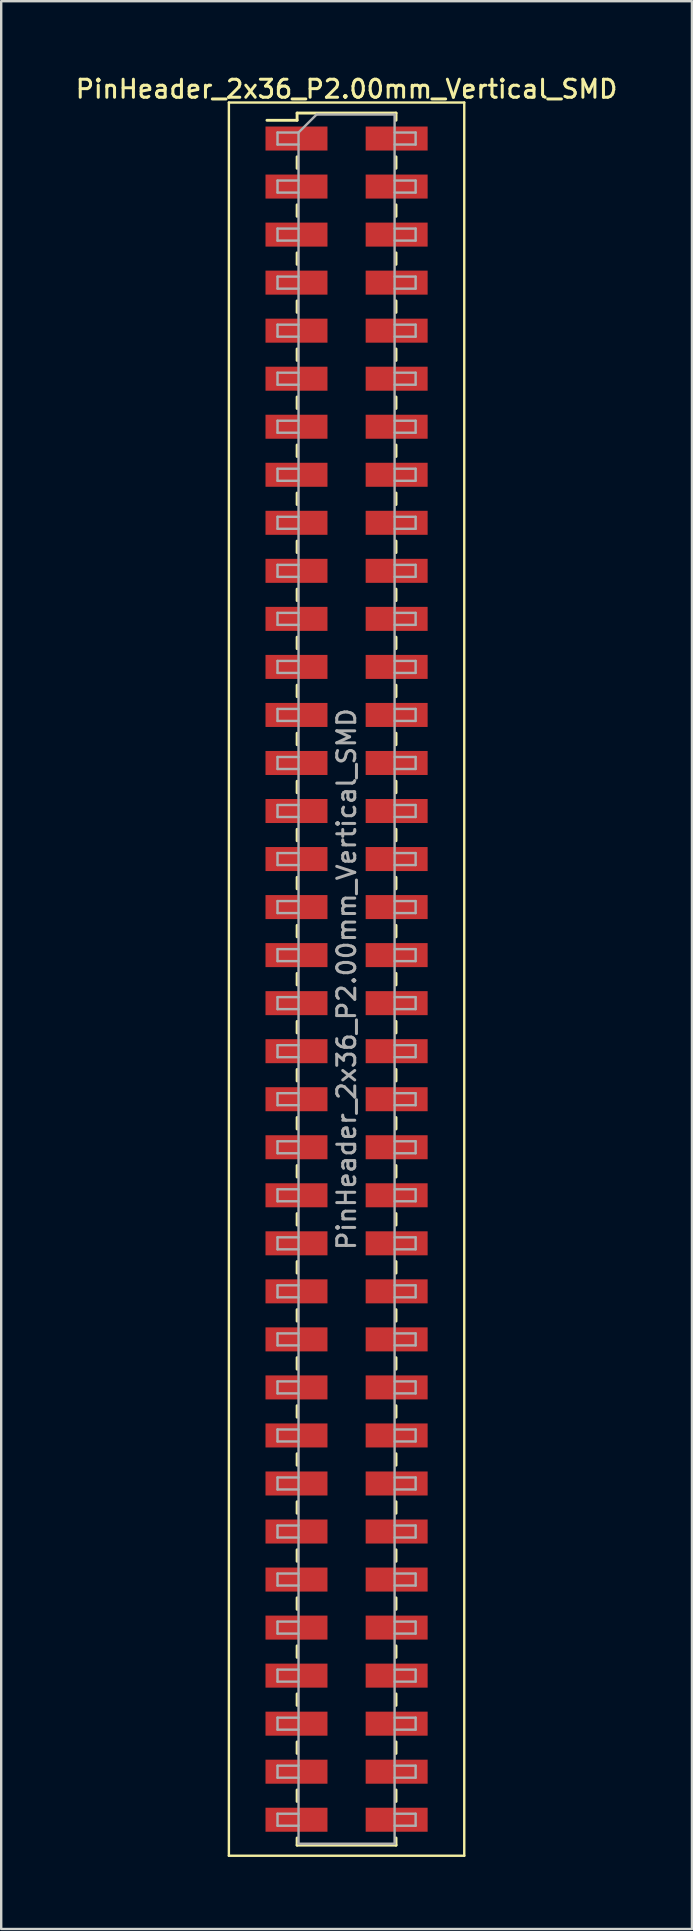
<source format=kicad_pcb>
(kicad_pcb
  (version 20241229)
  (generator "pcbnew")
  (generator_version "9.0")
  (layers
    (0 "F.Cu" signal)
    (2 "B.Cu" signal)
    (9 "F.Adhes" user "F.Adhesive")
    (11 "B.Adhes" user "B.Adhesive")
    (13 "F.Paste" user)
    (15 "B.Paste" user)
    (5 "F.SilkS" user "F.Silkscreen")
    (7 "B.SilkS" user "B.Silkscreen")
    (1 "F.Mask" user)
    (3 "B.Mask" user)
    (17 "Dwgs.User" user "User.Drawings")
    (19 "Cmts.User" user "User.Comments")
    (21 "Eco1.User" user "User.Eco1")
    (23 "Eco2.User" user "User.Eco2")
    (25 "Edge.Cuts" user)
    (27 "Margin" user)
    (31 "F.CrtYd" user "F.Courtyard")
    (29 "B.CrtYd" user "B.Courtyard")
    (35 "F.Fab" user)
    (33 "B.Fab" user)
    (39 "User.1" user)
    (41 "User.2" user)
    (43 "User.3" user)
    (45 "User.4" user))
  (footprint "PinHeader_2x36_P2.00mm_Vertical_SMD"
    (layer "F.Cu")
    (at 11.38 37.718)
    (property "Reference" "PinHeader_2x36_P2.00mm_Vertical_SMD" (at 0 -37.06 0) (layer "F.SilkS") (effects (font (size 0.75 0.75) (thickness 0.125))))
    (attr smd)
    (fp_line (start -4.9 -36.5) (end -4.9 36.5) (stroke (width 0.1) (type solid)) (layer "F.SilkS"))
    (fp_line (start -4.9 36.5) (end 4.9 36.5) (stroke (width 0.1) (type solid)) (layer "F.SilkS"))
    (fp_line (start -3.315 -35.76) (end -2.06 -35.76) (stroke (width 0.12) (type solid)) (layer "F.SilkS"))
    (fp_line (start -2.06 -36.06) (end -2.06 -35.76) (stroke (width 0.12) (type solid)) (layer "F.SilkS"))
    (fp_line (start -2.06 -36.06) (end 2.06 -36.06) (stroke (width 0.12) (type solid)) (layer "F.SilkS"))
    (fp_line (start -2.06 -34.24) (end -2.06 -33.76) (stroke (width 0.12) (type solid)) (layer "F.SilkS"))
    (fp_line (start -2.06 -32.24) (end -2.06 -31.76) (stroke (width 0.12) (type solid)) (layer "F.SilkS"))
    (fp_line (start -2.06 -30.24) (end -2.06 -29.76) (stroke (width 0.12) (type solid)) (layer "F.SilkS"))
    (fp_line (start -2.06 -28.24) (end -2.06 -27.76) (stroke (width 0.12) (type solid)) (layer "F.SilkS"))
    (fp_line (start -2.06 -26.24) (end -2.06 -25.76) (stroke (width 0.12) (type solid)) (layer "F.SilkS"))
    (fp_line (start -2.06 -24.24) (end -2.06 -23.76) (stroke (width 0.12) (type solid)) (layer "F.SilkS"))
    (fp_line (start -2.06 -22.24) (end -2.06 -21.76) (stroke (width 0.12) (type solid)) (layer "F.SilkS"))
    (fp_line (start -2.06 -20.24) (end -2.06 -19.76) (stroke (width 0.12) (type solid)) (layer "F.SilkS"))
    (fp_line (start -2.06 -18.24) (end -2.06 -17.76) (stroke (width 0.12) (type solid)) (layer "F.SilkS"))
    (fp_line (start -2.06 -16.24) (end -2.06 -15.76) (stroke (width 0.12) (type solid)) (layer "F.SilkS"))
    (fp_line (start -2.06 -14.24) (end -2.06 -13.76) (stroke (width 0.12) (type solid)) (layer "F.SilkS"))
    (fp_line (start -2.06 -12.24) (end -2.06 -11.76) (stroke (width 0.12) (type solid)) (layer "F.SilkS"))
    (fp_line (start -2.06 -10.24) (end -2.06 -9.76) (stroke (width 0.12) (type solid)) (layer "F.SilkS"))
    (fp_line (start -2.06 -8.24) (end -2.06 -7.76) (stroke (width 0.12) (type solid)) (layer "F.SilkS"))
    (fp_line (start -2.06 -6.24) (end -2.06 -5.76) (stroke (width 0.12) (type solid)) (layer "F.SilkS"))
    (fp_line (start -2.06 -4.24) (end -2.06 -3.76) (stroke (width 0.12) (type solid)) (layer "F.SilkS"))
    (fp_line (start -2.06 -2.24) (end -2.06 -1.76) (stroke (width 0.12) (type solid)) (layer "F.SilkS"))
    (fp_line (start -2.06 -0.24) (end -2.06 0.24) (stroke (width 0.12) (type solid)) (layer "F.SilkS"))
    (fp_line (start -2.06 1.76) (end -2.06 2.24) (stroke (width 0.12) (type solid)) (layer "F.SilkS"))
    (fp_line (start -2.06 3.76) (end -2.06 4.24) (stroke (width 0.12) (type solid)) (layer "F.SilkS"))
    (fp_line (start -2.06 5.76) (end -2.06 6.24) (stroke (width 0.12) (type solid)) (layer "F.SilkS"))
    (fp_line (start -2.06 7.76) (end -2.06 8.24) (stroke (width 0.12) (type solid)) (layer "F.SilkS"))
    (fp_line (start -2.06 9.76) (end -2.06 10.24) (stroke (width 0.12) (type solid)) (layer "F.SilkS"))
    (fp_line (start -2.06 11.76) (end -2.06 12.24) (stroke (width 0.12) (type solid)) (layer "F.SilkS"))
    (fp_line (start -2.06 13.76) (end -2.06 14.24) (stroke (width 0.12) (type solid)) (layer "F.SilkS"))
    (fp_line (start -2.06 15.76) (end -2.06 16.24) (stroke (width 0.12) (type solid)) (layer "F.SilkS"))
    (fp_line (start -2.06 17.76) (end -2.06 18.24) (stroke (width 0.12) (type solid)) (layer "F.SilkS"))
    (fp_line (start -2.06 19.76) (end -2.06 20.24) (stroke (width 0.12) (type solid)) (layer "F.SilkS"))
    (fp_line (start -2.06 21.76) (end -2.06 22.24) (stroke (width 0.12) (type solid)) (layer "F.SilkS"))
    (fp_line (start -2.06 23.76) (end -2.06 24.24) (stroke (width 0.12) (type solid)) (layer "F.SilkS"))
    (fp_line (start -2.06 25.76) (end -2.06 26.24) (stroke (width 0.12) (type solid)) (layer "F.SilkS"))
    (fp_line (start -2.06 27.76) (end -2.06 28.24) (stroke (width 0.12) (type solid)) (layer "F.SilkS"))
    (fp_line (start -2.06 29.76) (end -2.06 30.24) (stroke (width 0.12) (type solid)) (layer "F.SilkS"))
    (fp_line (start -2.06 31.76) (end -2.06 32.24) (stroke (width 0.12) (type solid)) (layer "F.SilkS"))
    (fp_line (start -2.06 33.76) (end -2.06 34.24) (stroke (width 0.12) (type solid)) (layer "F.SilkS"))
    (fp_line (start -2.06 35.76) (end -2.06 36.06) (stroke (width 0.12) (type solid)) (layer "F.SilkS"))
    (fp_line (start -2.06 36.06) (end 2.06 36.06) (stroke (width 0.12) (type solid)) (layer "F.SilkS"))
    (fp_line (start 2.06 -36.06) (end 2.06 -35.76) (stroke (width 0.12) (type solid)) (layer "F.SilkS"))
    (fp_line (start 2.06 -34.24) (end 2.06 -33.76) (stroke (width 0.12) (type solid)) (layer "F.SilkS"))
    (fp_line (start 2.06 -32.24) (end 2.06 -31.76) (stroke (width 0.12) (type solid)) (layer "F.SilkS"))
    (fp_line (start 2.06 -30.24) (end 2.06 -29.76) (stroke (width 0.12) (type solid)) (layer "F.SilkS"))
    (fp_line (start 2.06 -28.24) (end 2.06 -27.76) (stroke (width 0.12) (type solid)) (layer "F.SilkS"))
    (fp_line (start 2.06 -26.24) (end 2.06 -25.76) (stroke (width 0.12) (type solid)) (layer "F.SilkS"))
    (fp_line (start 2.06 -24.24) (end 2.06 -23.76) (stroke (width 0.12) (type solid)) (layer "F.SilkS"))
    (fp_line (start 2.06 -22.24) (end 2.06 -21.76) (stroke (width 0.12) (type solid)) (layer "F.SilkS"))
    (fp_line (start 2.06 -20.24) (end 2.06 -19.76) (stroke (width 0.12) (type solid)) (layer "F.SilkS"))
    (fp_line (start 2.06 -18.24) (end 2.06 -17.76) (stroke (width 0.12) (type solid)) (layer "F.SilkS"))
    (fp_line (start 2.06 -16.24) (end 2.06 -15.76) (stroke (width 0.12) (type solid)) (layer "F.SilkS"))
    (fp_line (start 2.06 -14.24) (end 2.06 -13.76) (stroke (width 0.12) (type solid)) (layer "F.SilkS"))
    (fp_line (start 2.06 -12.24) (end 2.06 -11.76) (stroke (width 0.12) (type solid)) (layer "F.SilkS"))
    (fp_line (start 2.06 -10.24) (end 2.06 -9.76) (stroke (width 0.12) (type solid)) (layer "F.SilkS"))
    (fp_line (start 2.06 -8.24) (end 2.06 -7.76) (stroke (width 0.12) (type solid)) (layer "F.SilkS"))
    (fp_line (start 2.06 -6.24) (end 2.06 -5.76) (stroke (width 0.12) (type solid)) (layer "F.SilkS"))
    (fp_line (start 2.06 -4.24) (end 2.06 -3.76) (stroke (width 0.12) (type solid)) (layer "F.SilkS"))
    (fp_line (start 2.06 -2.24) (end 2.06 -1.76) (stroke (width 0.12) (type solid)) (layer "F.SilkS"))
    (fp_line (start 2.06 -0.24) (end 2.06 0.24) (stroke (width 0.12) (type solid)) (layer "F.SilkS"))
    (fp_line (start 2.06 1.76) (end 2.06 2.24) (stroke (width 0.12) (type solid)) (layer "F.SilkS"))
    (fp_line (start 2.06 3.76) (end 2.06 4.24) (stroke (width 0.12) (type solid)) (layer "F.SilkS"))
    (fp_line (start 2.06 5.76) (end 2.06 6.24) (stroke (width 0.12) (type solid)) (layer "F.SilkS"))
    (fp_line (start 2.06 7.76) (end 2.06 8.24) (stroke (width 0.12) (type solid)) (layer "F.SilkS"))
    (fp_line (start 2.06 9.76) (end 2.06 10.24) (stroke (width 0.12) (type solid)) (layer "F.SilkS"))
    (fp_line (start 2.06 11.76) (end 2.06 12.24) (stroke (width 0.12) (type solid)) (layer "F.SilkS"))
    (fp_line (start 2.06 13.76) (end 2.06 14.24) (stroke (width 0.12) (type solid)) (layer "F.SilkS"))
    (fp_line (start 2.06 15.76) (end 2.06 16.24) (stroke (width 0.12) (type solid)) (layer "F.SilkS"))
    (fp_line (start 2.06 17.76) (end 2.06 18.24) (stroke (width 0.12) (type solid)) (layer "F.SilkS"))
    (fp_line (start 2.06 19.76) (end 2.06 20.24) (stroke (width 0.12) (type solid)) (layer "F.SilkS"))
    (fp_line (start 2.06 21.76) (end 2.06 22.24) (stroke (width 0.12) (type solid)) (layer "F.SilkS"))
    (fp_line (start 2.06 23.76) (end 2.06 24.24) (stroke (width 0.12) (type solid)) (layer "F.SilkS"))
    (fp_line (start 2.06 25.76) (end 2.06 26.24) (stroke (width 0.12) (type solid)) (layer "F.SilkS"))
    (fp_line (start 2.06 27.76) (end 2.06 28.24) (stroke (width 0.12) (type solid)) (layer "F.SilkS"))
    (fp_line (start 2.06 29.76) (end 2.06 30.24) (stroke (width 0.12) (type solid)) (layer "F.SilkS"))
    (fp_line (start 2.06 31.76) (end 2.06 32.24) (stroke (width 0.12) (type solid)) (layer "F.SilkS"))
    (fp_line (start 2.06 33.76) (end 2.06 34.24) (stroke (width 0.12) (type solid)) (layer "F.SilkS"))
    (fp_line (start 2.06 35.76) (end 2.06 36.06) (stroke (width 0.12) (type solid)) (layer "F.SilkS"))
    (fp_line (start 4.9 -36.5) (end -4.9 -36.5) (stroke (width 0.1) (type solid)) (layer "F.SilkS"))
    (fp_line (start 4.9 36.5) (end 4.9 -36.5) (stroke (width 0.1) (type solid)) (layer "F.SilkS"))
    (fp_line (start -2.875 -35.25) (end -2.875 -34.75) (stroke (width 0.1) (type solid)) (layer "F.Fab"))
    (fp_line (start -2.875 -34.75) (end -2 -34.75) (stroke (width 0.1) (type solid)) (layer "F.Fab"))
    (fp_line (start -2.875 -33.25) (end -2.875 -32.75) (stroke (width 0.1) (type solid)) (layer "F.Fab"))
    (fp_line (start -2.875 -32.75) (end -2 -32.75) (stroke (width 0.1) (type solid)) (layer "F.Fab"))
    (fp_line (start -2.875 -31.25) (end -2.875 -30.75) (stroke (width 0.1) (type solid)) (layer "F.Fab"))
    (fp_line (start -2.875 -30.75) (end -2 -30.75) (stroke (width 0.1) (type solid)) (layer "F.Fab"))
    (fp_line (start -2.875 -29.25) (end -2.875 -28.75) (stroke (width 0.1) (type solid)) (layer "F.Fab"))
    (fp_line (start -2.875 -28.75) (end -2 -28.75) (stroke (width 0.1) (type solid)) (layer "F.Fab"))
    (fp_line (start -2.875 -27.25) (end -2.875 -26.75) (stroke (width 0.1) (type solid)) (layer "F.Fab"))
    (fp_line (start -2.875 -26.75) (end -2 -26.75) (stroke (width 0.1) (type solid)) (layer "F.Fab"))
    (fp_line (start -2.875 -25.25) (end -2.875 -24.75) (stroke (width 0.1) (type solid)) (layer "F.Fab"))
    (fp_line (start -2.875 -24.75) (end -2 -24.75) (stroke (width 0.1) (type solid)) (layer "F.Fab"))
    (fp_line (start -2.875 -23.25) (end -2.875 -22.75) (stroke (width 0.1) (type solid)) (layer "F.Fab"))
    (fp_line (start -2.875 -22.75) (end -2 -22.75) (stroke (width 0.1) (type solid)) (layer "F.Fab"))
    (fp_line (start -2.875 -21.25) (end -2.875 -20.75) (stroke (width 0.1) (type solid)) (layer "F.Fab"))
    (fp_line (start -2.875 -20.75) (end -2 -20.75) (stroke (width 0.1) (type solid)) (layer "F.Fab"))
    (fp_line (start -2.875 -19.25) (end -2.875 -18.75) (stroke (width 0.1) (type solid)) (layer "F.Fab"))
    (fp_line (start -2.875 -18.75) (end -2 -18.75) (stroke (width 0.1) (type solid)) (layer "F.Fab"))
    (fp_line (start -2.875 -17.25) (end -2.875 -16.75) (stroke (width 0.1) (type solid)) (layer "F.Fab"))
    (fp_line (start -2.875 -16.75) (end -2 -16.75) (stroke (width 0.1) (type solid)) (layer "F.Fab"))
    (fp_line (start -2.875 -15.25) (end -2.875 -14.75) (stroke (width 0.1) (type solid)) (layer "F.Fab"))
    (fp_line (start -2.875 -14.75) (end -2 -14.75) (stroke (width 0.1) (type solid)) (layer "F.Fab"))
    (fp_line (start -2.875 -13.25) (end -2.875 -12.75) (stroke (width 0.1) (type solid)) (layer "F.Fab"))
    (fp_line (start -2.875 -12.75) (end -2 -12.75) (stroke (width 0.1) (type solid)) (layer "F.Fab"))
    (fp_line (start -2.875 -11.25) (end -2.875 -10.75) (stroke (width 0.1) (type solid)) (layer "F.Fab"))
    (fp_line (start -2.875 -10.75) (end -2 -10.75) (stroke (width 0.1) (type solid)) (layer "F.Fab"))
    (fp_line (start -2.875 -9.25) (end -2.875 -8.75) (stroke (width 0.1) (type solid)) (layer "F.Fab"))
    (fp_line (start -2.875 -8.75) (end -2 -8.75) (stroke (width 0.1) (type solid)) (layer "F.Fab"))
    (fp_line (start -2.875 -7.25) (end -2.875 -6.75) (stroke (width 0.1) (type solid)) (layer "F.Fab"))
    (fp_line (start -2.875 -6.75) (end -2 -6.75) (stroke (width 0.1) (type solid)) (layer "F.Fab"))
    (fp_line (start -2.875 -5.25) (end -2.875 -4.75) (stroke (width 0.1) (type solid)) (layer "F.Fab"))
    (fp_line (start -2.875 -4.75) (end -2 -4.75) (stroke (width 0.1) (type solid)) (layer "F.Fab"))
    (fp_line (start -2.875 -3.25) (end -2.875 -2.75) (stroke (width 0.1) (type solid)) (layer "F.Fab"))
    (fp_line (start -2.875 -2.75) (end -2 -2.75) (stroke (width 0.1) (type solid)) (layer "F.Fab"))
    (fp_line (start -2.875 -1.25) (end -2.875 -0.75) (stroke (width 0.1) (type solid)) (layer "F.Fab"))
    (fp_line (start -2.875 -0.75) (end -2 -0.75) (stroke (width 0.1) (type solid)) (layer "F.Fab"))
    (fp_line (start -2.875 0.75) (end -2.875 1.25) (stroke (width 0.1) (type solid)) (layer "F.Fab"))
    (fp_line (start -2.875 1.25) (end -2 1.25) (stroke (width 0.1) (type solid)) (layer "F.Fab"))
    (fp_line (start -2.875 2.75) (end -2.875 3.25) (stroke (width 0.1) (type solid)) (layer "F.Fab"))
    (fp_line (start -2.875 3.25) (end -2 3.25) (stroke (width 0.1) (type solid)) (layer "F.Fab"))
    (fp_line (start -2.875 4.75) (end -2.875 5.25) (stroke (width 0.1) (type solid)) (layer "F.Fab"))
    (fp_line (start -2.875 5.25) (end -2 5.25) (stroke (width 0.1) (type solid)) (layer "F.Fab"))
    (fp_line (start -2.875 6.75) (end -2.875 7.25) (stroke (width 0.1) (type solid)) (layer "F.Fab"))
    (fp_line (start -2.875 7.25) (end -2 7.25) (stroke (width 0.1) (type solid)) (layer "F.Fab"))
    (fp_line (start -2.875 8.75) (end -2.875 9.25) (stroke (width 0.1) (type solid)) (layer "F.Fab"))
    (fp_line (start -2.875 9.25) (end -2 9.25) (stroke (width 0.1) (type solid)) (layer "F.Fab"))
    (fp_line (start -2.875 10.75) (end -2.875 11.25) (stroke (width 0.1) (type solid)) (layer "F.Fab"))
    (fp_line (start -2.875 11.25) (end -2 11.25) (stroke (width 0.1) (type solid)) (layer "F.Fab"))
    (fp_line (start -2.875 12.75) (end -2.875 13.25) (stroke (width 0.1) (type solid)) (layer "F.Fab"))
    (fp_line (start -2.875 13.25) (end -2 13.25) (stroke (width 0.1) (type solid)) (layer "F.Fab"))
    (fp_line (start -2.875 14.75) (end -2.875 15.25) (stroke (width 0.1) (type solid)) (layer "F.Fab"))
    (fp_line (start -2.875 15.25) (end -2 15.25) (stroke (width 0.1) (type solid)) (layer "F.Fab"))
    (fp_line (start -2.875 16.75) (end -2.875 17.25) (stroke (width 0.1) (type solid)) (layer "F.Fab"))
    (fp_line (start -2.875 17.25) (end -2 17.25) (stroke (width 0.1) (type solid)) (layer "F.Fab"))
    (fp_line (start -2.875 18.75) (end -2.875 19.25) (stroke (width 0.1) (type solid)) (layer "F.Fab"))
    (fp_line (start -2.875 19.25) (end -2 19.25) (stroke (width 0.1) (type solid)) (layer "F.Fab"))
    (fp_line (start -2.875 20.75) (end -2.875 21.25) (stroke (width 0.1) (type solid)) (layer "F.Fab"))
    (fp_line (start -2.875 21.25) (end -2 21.25) (stroke (width 0.1) (type solid)) (layer "F.Fab"))
    (fp_line (start -2.875 22.75) (end -2.875 23.25) (stroke (width 0.1) (type solid)) (layer "F.Fab"))
    (fp_line (start -2.875 23.25) (end -2 23.25) (stroke (width 0.1) (type solid)) (layer "F.Fab"))
    (fp_line (start -2.875 24.75) (end -2.875 25.25) (stroke (width 0.1) (type solid)) (layer "F.Fab"))
    (fp_line (start -2.875 25.25) (end -2 25.25) (stroke (width 0.1) (type solid)) (layer "F.Fab"))
    (fp_line (start -2.875 26.75) (end -2.875 27.25) (stroke (width 0.1) (type solid)) (layer "F.Fab"))
    (fp_line (start -2.875 27.25) (end -2 27.25) (stroke (width 0.1) (type solid)) (layer "F.Fab"))
    (fp_line (start -2.875 28.75) (end -2.875 29.25) (stroke (width 0.1) (type solid)) (layer "F.Fab"))
    (fp_line (start -2.875 29.25) (end -2 29.25) (stroke (width 0.1) (type solid)) (layer "F.Fab"))
    (fp_line (start -2.875 30.75) (end -2.875 31.25) (stroke (width 0.1) (type solid)) (layer "F.Fab"))
    (fp_line (start -2.875 31.25) (end -2 31.25) (stroke (width 0.1) (type solid)) (layer "F.Fab"))
    (fp_line (start -2.875 32.75) (end -2.875 33.25) (stroke (width 0.1) (type solid)) (layer "F.Fab"))
    (fp_line (start -2.875 33.25) (end -2 33.25) (stroke (width 0.1) (type solid)) (layer "F.Fab"))
    (fp_line (start -2.875 34.75) (end -2.875 35.25) (stroke (width 0.1) (type solid)) (layer "F.Fab"))
    (fp_line (start -2.875 35.25) (end -2 35.25) (stroke (width 0.1) (type solid)) (layer "F.Fab"))
    (fp_line (start -2 -35.25) (end -2.875 -35.25) (stroke (width 0.1) (type solid)) (layer "F.Fab"))
    (fp_line (start -2 -35.25) (end -1.25 -36) (stroke (width 0.1) (type solid)) (layer "F.Fab"))
    (fp_line (start -2 -33.25) (end -2.875 -33.25) (stroke (width 0.1) (type solid)) (layer "F.Fab"))
    (fp_line (start -2 -31.25) (end -2.875 -31.25) (stroke (width 0.1) (type solid)) (layer "F.Fab"))
    (fp_line (start -2 -29.25) (end -2.875 -29.25) (stroke (width 0.1) (type solid)) (layer "F.Fab"))
    (fp_line (start -2 -27.25) (end -2.875 -27.25) (stroke (width 0.1) (type solid)) (layer "F.Fab"))
    (fp_line (start -2 -25.25) (end -2.875 -25.25) (stroke (width 0.1) (type solid)) (layer "F.Fab"))
    (fp_line (start -2 -23.25) (end -2.875 -23.25) (stroke (width 0.1) (type solid)) (layer "F.Fab"))
    (fp_line (start -2 -21.25) (end -2.875 -21.25) (stroke (width 0.1) (type solid)) (layer "F.Fab"))
    (fp_line (start -2 -19.25) (end -2.875 -19.25) (stroke (width 0.1) (type solid)) (layer "F.Fab"))
    (fp_line (start -2 -17.25) (end -2.875 -17.25) (stroke (width 0.1) (type solid)) (layer "F.Fab"))
    (fp_line (start -2 -15.25) (end -2.875 -15.25) (stroke (width 0.1) (type solid)) (layer "F.Fab"))
    (fp_line (start -2 -13.25) (end -2.875 -13.25) (stroke (width 0.1) (type solid)) (layer "F.Fab"))
    (fp_line (start -2 -11.25) (end -2.875 -11.25) (stroke (width 0.1) (type solid)) (layer "F.Fab"))
    (fp_line (start -2 -9.25) (end -2.875 -9.25) (stroke (width 0.1) (type solid)) (layer "F.Fab"))
    (fp_line (start -2 -7.25) (end -2.875 -7.25) (stroke (width 0.1) (type solid)) (layer "F.Fab"))
    (fp_line (start -2 -5.25) (end -2.875 -5.25) (stroke (width 0.1) (type solid)) (layer "F.Fab"))
    (fp_line (start -2 -3.25) (end -2.875 -3.25) (stroke (width 0.1) (type solid)) (layer "F.Fab"))
    (fp_line (start -2 -1.25) (end -2.875 -1.25) (stroke (width 0.1) (type solid)) (layer "F.Fab"))
    (fp_line (start -2 0.75) (end -2.875 0.75) (stroke (width 0.1) (type solid)) (layer "F.Fab"))
    (fp_line (start -2 2.75) (end -2.875 2.75) (stroke (width 0.1) (type solid)) (layer "F.Fab"))
    (fp_line (start -2 4.75) (end -2.875 4.75) (stroke (width 0.1) (type solid)) (layer "F.Fab"))
    (fp_line (start -2 6.75) (end -2.875 6.75) (stroke (width 0.1) (type solid)) (layer "F.Fab"))
    (fp_line (start -2 8.75) (end -2.875 8.75) (stroke (width 0.1) (type solid)) (layer "F.Fab"))
    (fp_line (start -2 10.75) (end -2.875 10.75) (stroke (width 0.1) (type solid)) (layer "F.Fab"))
    (fp_line (start -2 12.75) (end -2.875 12.75) (stroke (width 0.1) (type solid)) (layer "F.Fab"))
    (fp_line (start -2 14.75) (end -2.875 14.75) (stroke (width 0.1) (type solid)) (layer "F.Fab"))
    (fp_line (start -2 16.75) (end -2.875 16.75) (stroke (width 0.1) (type solid)) (layer "F.Fab"))
    (fp_line (start -2 18.75) (end -2.875 18.75) (stroke (width 0.1) (type solid)) (layer "F.Fab"))
    (fp_line (start -2 20.75) (end -2.875 20.75) (stroke (width 0.1) (type solid)) (layer "F.Fab"))
    (fp_line (start -2 22.75) (end -2.875 22.75) (stroke (width 0.1) (type solid)) (layer "F.Fab"))
    (fp_line (start -2 24.75) (end -2.875 24.75) (stroke (width 0.1) (type solid)) (layer "F.Fab"))
    (fp_line (start -2 26.75) (end -2.875 26.75) (stroke (width 0.1) (type solid)) (layer "F.Fab"))
    (fp_line (start -2 28.75) (end -2.875 28.75) (stroke (width 0.1) (type solid)) (layer "F.Fab"))
    (fp_line (start -2 30.75) (end -2.875 30.75) (stroke (width 0.1) (type solid)) (layer "F.Fab"))
    (fp_line (start -2 32.75) (end -2.875 32.75) (stroke (width 0.1) (type solid)) (layer "F.Fab"))
    (fp_line (start -2 34.75) (end -2.875 34.75) (stroke (width 0.1) (type solid)) (layer "F.Fab"))
    (fp_line (start -2 36) (end -2 -35.25) (stroke (width 0.1) (type solid)) (layer "F.Fab"))
    (fp_line (start -1.25 -36) (end 2 -36) (stroke (width 0.1) (type solid)) (layer "F.Fab"))
    (fp_line (start 2 -36) (end 2 36) (stroke (width 0.1) (type solid)) (layer "F.Fab"))
    (fp_line (start 2 -35.25) (end 2.875 -35.25) (stroke (width 0.1) (type solid)) (layer "F.Fab"))
    (fp_line (start 2 -33.25) (end 2.875 -33.25) (stroke (width 0.1) (type solid)) (layer "F.Fab"))
    (fp_line (start 2 -31.25) (end 2.875 -31.25) (stroke (width 0.1) (type solid)) (layer "F.Fab"))
    (fp_line (start 2 -29.25) (end 2.875 -29.25) (stroke (width 0.1) (type solid)) (layer "F.Fab"))
    (fp_line (start 2 -27.25) (end 2.875 -27.25) (stroke (width 0.1) (type solid)) (layer "F.Fab"))
    (fp_line (start 2 -25.25) (end 2.875 -25.25) (stroke (width 0.1) (type solid)) (layer "F.Fab"))
    (fp_line (start 2 -23.25) (end 2.875 -23.25) (stroke (width 0.1) (type solid)) (layer "F.Fab"))
    (fp_line (start 2 -21.25) (end 2.875 -21.25) (stroke (width 0.1) (type solid)) (layer "F.Fab"))
    (fp_line (start 2 -19.25) (end 2.875 -19.25) (stroke (width 0.1) (type solid)) (layer "F.Fab"))
    (fp_line (start 2 -17.25) (end 2.875 -17.25) (stroke (width 0.1) (type solid)) (layer "F.Fab"))
    (fp_line (start 2 -15.25) (end 2.875 -15.25) (stroke (width 0.1) (type solid)) (layer "F.Fab"))
    (fp_line (start 2 -13.25) (end 2.875 -13.25) (stroke (width 0.1) (type solid)) (layer "F.Fab"))
    (fp_line (start 2 -11.25) (end 2.875 -11.25) (stroke (width 0.1) (type solid)) (layer "F.Fab"))
    (fp_line (start 2 -9.25) (end 2.875 -9.25) (stroke (width 0.1) (type solid)) (layer "F.Fab"))
    (fp_line (start 2 -7.25) (end 2.875 -7.25) (stroke (width 0.1) (type solid)) (layer "F.Fab"))
    (fp_line (start 2 -5.25) (end 2.875 -5.25) (stroke (width 0.1) (type solid)) (layer "F.Fab"))
    (fp_line (start 2 -3.25) (end 2.875 -3.25) (stroke (width 0.1) (type solid)) (layer "F.Fab"))
    (fp_line (start 2 -1.25) (end 2.875 -1.25) (stroke (width 0.1) (type solid)) (layer "F.Fab"))
    (fp_line (start 2 0.75) (end 2.875 0.75) (stroke (width 0.1) (type solid)) (layer "F.Fab"))
    (fp_line (start 2 2.75) (end 2.875 2.75) (stroke (width 0.1) (type solid)) (layer "F.Fab"))
    (fp_line (start 2 4.75) (end 2.875 4.75) (stroke (width 0.1) (type solid)) (layer "F.Fab"))
    (fp_line (start 2 6.75) (end 2.875 6.75) (stroke (width 0.1) (type solid)) (layer "F.Fab"))
    (fp_line (start 2 8.75) (end 2.875 8.75) (stroke (width 0.1) (type solid)) (layer "F.Fab"))
    (fp_line (start 2 10.75) (end 2.875 10.75) (stroke (width 0.1) (type solid)) (layer "F.Fab"))
    (fp_line (start 2 12.75) (end 2.875 12.75) (stroke (width 0.1) (type solid)) (layer "F.Fab"))
    (fp_line (start 2 14.75) (end 2.875 14.75) (stroke (width 0.1) (type solid)) (layer "F.Fab"))
    (fp_line (start 2 16.75) (end 2.875 16.75) (stroke (width 0.1) (type solid)) (layer "F.Fab"))
    (fp_line (start 2 18.75) (end 2.875 18.75) (stroke (width 0.1) (type solid)) (layer "F.Fab"))
    (fp_line (start 2 20.75) (end 2.875 20.75) (stroke (width 0.1) (type solid)) (layer "F.Fab"))
    (fp_line (start 2 22.75) (end 2.875 22.75) (stroke (width 0.1) (type solid)) (layer "F.Fab"))
    (fp_line (start 2 24.75) (end 2.875 24.75) (stroke (width 0.1) (type solid)) (layer "F.Fab"))
    (fp_line (start 2 26.75) (end 2.875 26.75) (stroke (width 0.1) (type solid)) (layer "F.Fab"))
    (fp_line (start 2 28.75) (end 2.875 28.75) (stroke (width 0.1) (type solid)) (layer "F.Fab"))
    (fp_line (start 2 30.75) (end 2.875 30.75) (stroke (width 0.1) (type solid)) (layer "F.Fab"))
    (fp_line (start 2 32.75) (end 2.875 32.75) (stroke (width 0.1) (type solid)) (layer "F.Fab"))
    (fp_line (start 2 34.75) (end 2.875 34.75) (stroke (width 0.1) (type solid)) (layer "F.Fab"))
    (fp_line (start 2 36) (end -2 36) (stroke (width 0.1) (type solid)) (layer "F.Fab"))
    (fp_line (start 2.875 -35.25) (end 2.875 -34.75) (stroke (width 0.1) (type solid)) (layer "F.Fab"))
    (fp_line (start 2.875 -34.75) (end 2 -34.75) (stroke (width 0.1) (type solid)) (layer "F.Fab"))
    (fp_line (start 2.875 -33.25) (end 2.875 -32.75) (stroke (width 0.1) (type solid)) (layer "F.Fab"))
    (fp_line (start 2.875 -32.75) (end 2 -32.75) (stroke (width 0.1) (type solid)) (layer "F.Fab"))
    (fp_line (start 2.875 -31.25) (end 2.875 -30.75) (stroke (width 0.1) (type solid)) (layer "F.Fab"))
    (fp_line (start 2.875 -30.75) (end 2 -30.75) (stroke (width 0.1) (type solid)) (layer "F.Fab"))
    (fp_line (start 2.875 -29.25) (end 2.875 -28.75) (stroke (width 0.1) (type solid)) (layer "F.Fab"))
    (fp_line (start 2.875 -28.75) (end 2 -28.75) (stroke (width 0.1) (type solid)) (layer "F.Fab"))
    (fp_line (start 2.875 -27.25) (end 2.875 -26.75) (stroke (width 0.1) (type solid)) (layer "F.Fab"))
    (fp_line (start 2.875 -26.75) (end 2 -26.75) (stroke (width 0.1) (type solid)) (layer "F.Fab"))
    (fp_line (start 2.875 -25.25) (end 2.875 -24.75) (stroke (width 0.1) (type solid)) (layer "F.Fab"))
    (fp_line (start 2.875 -24.75) (end 2 -24.75) (stroke (width 0.1) (type solid)) (layer "F.Fab"))
    (fp_line (start 2.875 -23.25) (end 2.875 -22.75) (stroke (width 0.1) (type solid)) (layer "F.Fab"))
    (fp_line (start 2.875 -22.75) (end 2 -22.75) (stroke (width 0.1) (type solid)) (layer "F.Fab"))
    (fp_line (start 2.875 -21.25) (end 2.875 -20.75) (stroke (width 0.1) (type solid)) (layer "F.Fab"))
    (fp_line (start 2.875 -20.75) (end 2 -20.75) (stroke (width 0.1) (type solid)) (layer "F.Fab"))
    (fp_line (start 2.875 -19.25) (end 2.875 -18.75) (stroke (width 0.1) (type solid)) (layer "F.Fab"))
    (fp_line (start 2.875 -18.75) (end 2 -18.75) (stroke (width 0.1) (type solid)) (layer "F.Fab"))
    (fp_line (start 2.875 -17.25) (end 2.875 -16.75) (stroke (width 0.1) (type solid)) (layer "F.Fab"))
    (fp_line (start 2.875 -16.75) (end 2 -16.75) (stroke (width 0.1) (type solid)) (layer "F.Fab"))
    (fp_line (start 2.875 -15.25) (end 2.875 -14.75) (stroke (width 0.1) (type solid)) (layer "F.Fab"))
    (fp_line (start 2.875 -14.75) (end 2 -14.75) (stroke (width 0.1) (type solid)) (layer "F.Fab"))
    (fp_line (start 2.875 -13.25) (end 2.875 -12.75) (stroke (width 0.1) (type solid)) (layer "F.Fab"))
    (fp_line (start 2.875 -12.75) (end 2 -12.75) (stroke (width 0.1) (type solid)) (layer "F.Fab"))
    (fp_line (start 2.875 -11.25) (end 2.875 -10.75) (stroke (width 0.1) (type solid)) (layer "F.Fab"))
    (fp_line (start 2.875 -10.75) (end 2 -10.75) (stroke (width 0.1) (type solid)) (layer "F.Fab"))
    (fp_line (start 2.875 -9.25) (end 2.875 -8.75) (stroke (width 0.1) (type solid)) (layer "F.Fab"))
    (fp_line (start 2.875 -8.75) (end 2 -8.75) (stroke (width 0.1) (type solid)) (layer "F.Fab"))
    (fp_line (start 2.875 -7.25) (end 2.875 -6.75) (stroke (width 0.1) (type solid)) (layer "F.Fab"))
    (fp_line (start 2.875 -6.75) (end 2 -6.75) (stroke (width 0.1) (type solid)) (layer "F.Fab"))
    (fp_line (start 2.875 -5.25) (end 2.875 -4.75) (stroke (width 0.1) (type solid)) (layer "F.Fab"))
    (fp_line (start 2.875 -4.75) (end 2 -4.75) (stroke (width 0.1) (type solid)) (layer "F.Fab"))
    (fp_line (start 2.875 -3.25) (end 2.875 -2.75) (stroke (width 0.1) (type solid)) (layer "F.Fab"))
    (fp_line (start 2.875 -2.75) (end 2 -2.75) (stroke (width 0.1) (type solid)) (layer "F.Fab"))
    (fp_line (start 2.875 -1.25) (end 2.875 -0.75) (stroke (width 0.1) (type solid)) (layer "F.Fab"))
    (fp_line (start 2.875 -0.75) (end 2 -0.75) (stroke (width 0.1) (type solid)) (layer "F.Fab"))
    (fp_line (start 2.875 0.75) (end 2.875 1.25) (stroke (width 0.1) (type solid)) (layer "F.Fab"))
    (fp_line (start 2.875 1.25) (end 2 1.25) (stroke (width 0.1) (type solid)) (layer "F.Fab"))
    (fp_line (start 2.875 2.75) (end 2.875 3.25) (stroke (width 0.1) (type solid)) (layer "F.Fab"))
    (fp_line (start 2.875 3.25) (end 2 3.25) (stroke (width 0.1) (type solid)) (layer "F.Fab"))
    (fp_line (start 2.875 4.75) (end 2.875 5.25) (stroke (width 0.1) (type solid)) (layer "F.Fab"))
    (fp_line (start 2.875 5.25) (end 2 5.25) (stroke (width 0.1) (type solid)) (layer "F.Fab"))
    (fp_line (start 2.875 6.75) (end 2.875 7.25) (stroke (width 0.1) (type solid)) (layer "F.Fab"))
    (fp_line (start 2.875 7.25) (end 2 7.25) (stroke (width 0.1) (type solid)) (layer "F.Fab"))
    (fp_line (start 2.875 8.75) (end 2.875 9.25) (stroke (width 0.1) (type solid)) (layer "F.Fab"))
    (fp_line (start 2.875 9.25) (end 2 9.25) (stroke (width 0.1) (type solid)) (layer "F.Fab"))
    (fp_line (start 2.875 10.75) (end 2.875 11.25) (stroke (width 0.1) (type solid)) (layer "F.Fab"))
    (fp_line (start 2.875 11.25) (end 2 11.25) (stroke (width 0.1) (type solid)) (layer "F.Fab"))
    (fp_line (start 2.875 12.75) (end 2.875 13.25) (stroke (width 0.1) (type solid)) (layer "F.Fab"))
    (fp_line (start 2.875 13.25) (end 2 13.25) (stroke (width 0.1) (type solid)) (layer "F.Fab"))
    (fp_line (start 2.875 14.75) (end 2.875 15.25) (stroke (width 0.1) (type solid)) (layer "F.Fab"))
    (fp_line (start 2.875 15.25) (end 2 15.25) (stroke (width 0.1) (type solid)) (layer "F.Fab"))
    (fp_line (start 2.875 16.75) (end 2.875 17.25) (stroke (width 0.1) (type solid)) (layer "F.Fab"))
    (fp_line (start 2.875 17.25) (end 2 17.25) (stroke (width 0.1) (type solid)) (layer "F.Fab"))
    (fp_line (start 2.875 18.75) (end 2.875 19.25) (stroke (width 0.1) (type solid)) (layer "F.Fab"))
    (fp_line (start 2.875 19.25) (end 2 19.25) (stroke (width 0.1) (type solid)) (layer "F.Fab"))
    (fp_line (start 2.875 20.75) (end 2.875 21.25) (stroke (width 0.1) (type solid)) (layer "F.Fab"))
    (fp_line (start 2.875 21.25) (end 2 21.25) (stroke (width 0.1) (type solid)) (layer "F.Fab"))
    (fp_line (start 2.875 22.75) (end 2.875 23.25) (stroke (width 0.1) (type solid)) (layer "F.Fab"))
    (fp_line (start 2.875 23.25) (end 2 23.25) (stroke (width 0.1) (type solid)) (layer "F.Fab"))
    (fp_line (start 2.875 24.75) (end 2.875 25.25) (stroke (width 0.1) (type solid)) (layer "F.Fab"))
    (fp_line (start 2.875 25.25) (end 2 25.25) (stroke (width 0.1) (type solid)) (layer "F.Fab"))
    (fp_line (start 2.875 26.75) (end 2.875 27.25) (stroke (width 0.1) (type solid)) (layer "F.Fab"))
    (fp_line (start 2.875 27.25) (end 2 27.25) (stroke (width 0.1) (type solid)) (layer "F.Fab"))
    (fp_line (start 2.875 28.75) (end 2.875 29.25) (stroke (width 0.1) (type solid)) (layer "F.Fab"))
    (fp_line (start 2.875 29.25) (end 2 29.25) (stroke (width 0.1) (type solid)) (layer "F.Fab"))
    (fp_line (start 2.875 30.75) (end 2.875 31.25) (stroke (width 0.1) (type solid)) (layer "F.Fab"))
    (fp_line (start 2.875 31.25) (end 2 31.25) (stroke (width 0.1) (type solid)) (layer "F.Fab"))
    (fp_line (start 2.875 32.75) (end 2.875 33.25) (stroke (width 0.1) (type solid)) (layer "F.Fab"))
    (fp_line (start 2.875 33.25) (end 2 33.25) (stroke (width 0.1) (type solid)) (layer "F.Fab"))
    (fp_line (start 2.875 34.75) (end 2.875 35.25) (stroke (width 0.1) (type solid)) (layer "F.Fab"))
    (fp_line (start 2.875 35.25) (end 2 35.25) (stroke (width 0.1) (type solid)) (layer "F.Fab"))
    (fp_text user "${REFERENCE}" (at 0 0 90) (layer "F.Fab") (effects (font (size 0.75 0.75) (thickness 0.125))))
    (pad "1" smd rect (at -2.085 -35) (size 2.58 1) (layers "F.Cu" "F.Mask" "F.Paste"))
    (pad "2" smd rect (at 2.085 -35) (size 2.58 1) (layers "F.Cu" "F.Mask" "F.Paste"))
    (pad "3" smd rect (at -2.085 -33) (size 2.58 1) (layers "F.Cu" "F.Mask" "F.Paste"))
    (pad "4" smd rect (at 2.085 -33) (size 2.58 1) (layers "F.Cu" "F.Mask" "F.Paste"))
    (pad "5" smd rect (at -2.085 -31) (size 2.58 1) (layers "F.Cu" "F.Mask" "F.Paste"))
    (pad "6" smd rect (at 2.085 -31) (size 2.58 1) (layers "F.Cu" "F.Mask" "F.Paste"))
    (pad "7" smd rect (at -2.085 -29) (size 2.58 1) (layers "F.Cu" "F.Mask" "F.Paste"))
    (pad "8" smd rect (at 2.085 -29) (size 2.58 1) (layers "F.Cu" "F.Mask" "F.Paste"))
    (pad "9" smd rect (at -2.085 -27) (size 2.58 1) (layers "F.Cu" "F.Mask" "F.Paste"))
    (pad "10" smd rect (at 2.085 -27) (size 2.58 1) (layers "F.Cu" "F.Mask" "F.Paste"))
    (pad "11" smd rect (at -2.085 -25) (size 2.58 1) (layers "F.Cu" "F.Mask" "F.Paste"))
    (pad "12" smd rect (at 2.085 -25) (size 2.58 1) (layers "F.Cu" "F.Mask" "F.Paste"))
    (pad "13" smd rect (at -2.085 -23) (size 2.58 1) (layers "F.Cu" "F.Mask" "F.Paste"))
    (pad "14" smd rect (at 2.085 -23) (size 2.58 1) (layers "F.Cu" "F.Mask" "F.Paste"))
    (pad "15" smd rect (at -2.085 -21) (size 2.58 1) (layers "F.Cu" "F.Mask" "F.Paste"))
    (pad "16" smd rect (at 2.085 -21) (size 2.58 1) (layers "F.Cu" "F.Mask" "F.Paste"))
    (pad "17" smd rect (at -2.085 -19) (size 2.58 1) (layers "F.Cu" "F.Mask" "F.Paste"))
    (pad "18" smd rect (at 2.085 -19) (size 2.58 1) (layers "F.Cu" "F.Mask" "F.Paste"))
    (pad "19" smd rect (at -2.085 -17) (size 2.58 1) (layers "F.Cu" "F.Mask" "F.Paste"))
    (pad "20" smd rect (at 2.085 -17) (size 2.58 1) (layers "F.Cu" "F.Mask" "F.Paste"))
    (pad "21" smd rect (at -2.085 -15) (size 2.58 1) (layers "F.Cu" "F.Mask" "F.Paste"))
    (pad "22" smd rect (at 2.085 -15) (size 2.58 1) (layers "F.Cu" "F.Mask" "F.Paste"))
    (pad "23" smd rect (at -2.085 -13) (size 2.58 1) (layers "F.Cu" "F.Mask" "F.Paste"))
    (pad "24" smd rect (at 2.085 -13) (size 2.58 1) (layers "F.Cu" "F.Mask" "F.Paste"))
    (pad "25" smd rect (at -2.085 -11) (size 2.58 1) (layers "F.Cu" "F.Mask" "F.Paste"))
    (pad "26" smd rect (at 2.085 -11) (size 2.58 1) (layers "F.Cu" "F.Mask" "F.Paste"))
    (pad "27" smd rect (at -2.085 -9) (size 2.58 1) (layers "F.Cu" "F.Mask" "F.Paste"))
    (pad "28" smd rect (at 2.085 -9) (size 2.58 1) (layers "F.Cu" "F.Mask" "F.Paste"))
    (pad "29" smd rect (at -2.085 -7) (size 2.58 1) (layers "F.Cu" "F.Mask" "F.Paste"))
    (pad "30" smd rect (at 2.085 -7) (size 2.58 1) (layers "F.Cu" "F.Mask" "F.Paste"))
    (pad "31" smd rect (at -2.085 -5) (size 2.58 1) (layers "F.Cu" "F.Mask" "F.Paste"))
    (pad "32" smd rect (at 2.085 -5) (size 2.58 1) (layers "F.Cu" "F.Mask" "F.Paste"))
    (pad "33" smd rect (at -2.085 -3) (size 2.58 1) (layers "F.Cu" "F.Mask" "F.Paste"))
    (pad "34" smd rect (at 2.085 -3) (size 2.58 1) (layers "F.Cu" "F.Mask" "F.Paste"))
    (pad "35" smd rect (at -2.085 -1) (size 2.58 1) (layers "F.Cu" "F.Mask" "F.Paste"))
    (pad "36" smd rect (at 2.085 -1) (size 2.58 1) (layers "F.Cu" "F.Mask" "F.Paste"))
    (pad "37" smd rect (at -2.085 1) (size 2.58 1) (layers "F.Cu" "F.Mask" "F.Paste"))
    (pad "38" smd rect (at 2.085 1) (size 2.58 1) (layers "F.Cu" "F.Mask" "F.Paste"))
    (pad "39" smd rect (at -2.085 3) (size 2.58 1) (layers "F.Cu" "F.Mask" "F.Paste"))
    (pad "40" smd rect (at 2.085 3) (size 2.58 1) (layers "F.Cu" "F.Mask" "F.Paste"))
    (pad "41" smd rect (at -2.085 5) (size 2.58 1) (layers "F.Cu" "F.Mask" "F.Paste"))
    (pad "42" smd rect (at 2.085 5) (size 2.58 1) (layers "F.Cu" "F.Mask" "F.Paste"))
    (pad "43" smd rect (at -2.085 7) (size 2.58 1) (layers "F.Cu" "F.Mask" "F.Paste"))
    (pad "44" smd rect (at 2.085 7) (size 2.58 1) (layers "F.Cu" "F.Mask" "F.Paste"))
    (pad "45" smd rect (at -2.085 9) (size 2.58 1) (layers "F.Cu" "F.Mask" "F.Paste"))
    (pad "46" smd rect (at 2.085 9) (size 2.58 1) (layers "F.Cu" "F.Mask" "F.Paste"))
    (pad "47" smd rect (at -2.085 11) (size 2.58 1) (layers "F.Cu" "F.Mask" "F.Paste"))
    (pad "48" smd rect (at 2.085 11) (size 2.58 1) (layers "F.Cu" "F.Mask" "F.Paste"))
    (pad "49" smd rect (at -2.085 13) (size 2.58 1) (layers "F.Cu" "F.Mask" "F.Paste"))
    (pad "50" smd rect (at 2.085 13) (size 2.58 1) (layers "F.Cu" "F.Mask" "F.Paste"))
    (pad "51" smd rect (at -2.085 15) (size 2.58 1) (layers "F.Cu" "F.Mask" "F.Paste"))
    (pad "52" smd rect (at 2.085 15) (size 2.58 1) (layers "F.Cu" "F.Mask" "F.Paste"))
    (pad "53" smd rect (at -2.085 17) (size 2.58 1) (layers "F.Cu" "F.Mask" "F.Paste"))
    (pad "54" smd rect (at 2.085 17) (size 2.58 1) (layers "F.Cu" "F.Mask" "F.Paste"))
    (pad "55" smd rect (at -2.085 19) (size 2.58 1) (layers "F.Cu" "F.Mask" "F.Paste"))
    (pad "56" smd rect (at 2.085 19) (size 2.58 1) (layers "F.Cu" "F.Mask" "F.Paste"))
    (pad "57" smd rect (at -2.085 21) (size 2.58 1) (layers "F.Cu" "F.Mask" "F.Paste"))
    (pad "58" smd rect (at 2.085 21) (size 2.58 1) (layers "F.Cu" "F.Mask" "F.Paste"))
    (pad "59" smd rect (at -2.085 23) (size 2.58 1) (layers "F.Cu" "F.Mask" "F.Paste"))
    (pad "60" smd rect (at 2.085 23) (size 2.58 1) (layers "F.Cu" "F.Mask" "F.Paste"))
    (pad "61" smd rect (at -2.085 25) (size 2.58 1) (layers "F.Cu" "F.Mask" "F.Paste"))
    (pad "62" smd rect (at 2.085 25) (size 2.58 1) (layers "F.Cu" "F.Mask" "F.Paste"))
    (pad "63" smd rect (at -2.085 27) (size 2.58 1) (layers "F.Cu" "F.Mask" "F.Paste"))
    (pad "64" smd rect (at 2.085 27) (size 2.58 1) (layers "F.Cu" "F.Mask" "F.Paste"))
    (pad "65" smd rect (at -2.085 29) (size 2.58 1) (layers "F.Cu" "F.Mask" "F.Paste"))
    (pad "66" smd rect (at 2.085 29) (size 2.58 1) (layers "F.Cu" "F.Mask" "F.Paste"))
    (pad "67" smd rect (at -2.085 31) (size 2.58 1) (layers "F.Cu" "F.Mask" "F.Paste"))
    (pad "68" smd rect (at 2.085 31) (size 2.58 1) (layers "F.Cu" "F.Mask" "F.Paste"))
    (pad "69" smd rect (at -2.085 33) (size 2.58 1) (layers "F.Cu" "F.Mask" "F.Paste"))
    (pad "70" smd rect (at 2.085 33) (size 2.58 1) (layers "F.Cu" "F.Mask" "F.Paste"))
    (pad "71" smd rect (at -2.085 35) (size 2.58 1) (layers "F.Cu" "F.Mask" "F.Paste"))
    (pad "72" smd rect (at 2.085 35) (size 2.58 1) (layers "F.Cu" "F.Mask" "F.Paste")))
  (gr_rect
    (start -3 -3)
    (end 25.761 77.268)
    (stroke (width 0.1) (type default))
    (fill no)
    (layer "Edge.Cuts")))
</source>
